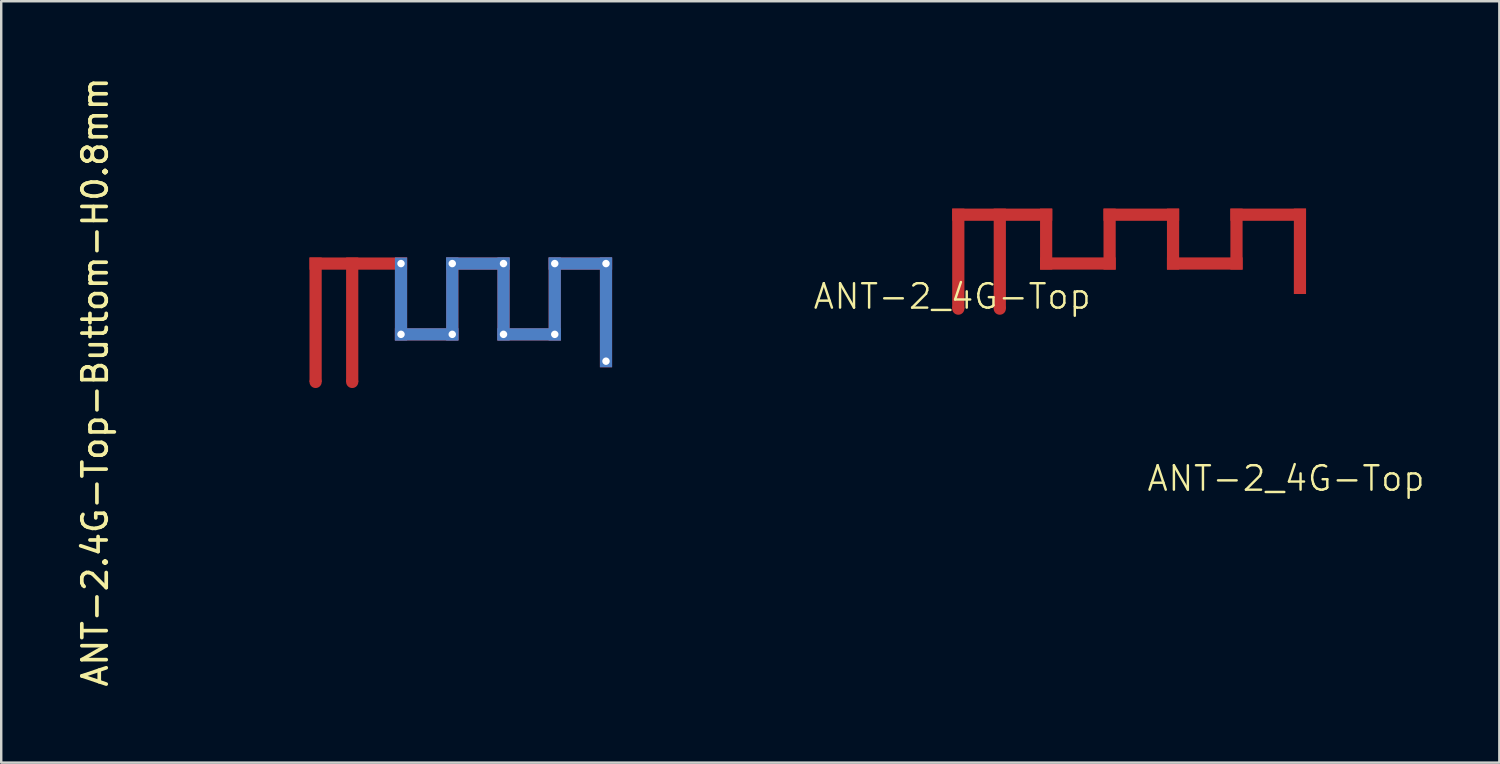
<source format=kicad_pcb>
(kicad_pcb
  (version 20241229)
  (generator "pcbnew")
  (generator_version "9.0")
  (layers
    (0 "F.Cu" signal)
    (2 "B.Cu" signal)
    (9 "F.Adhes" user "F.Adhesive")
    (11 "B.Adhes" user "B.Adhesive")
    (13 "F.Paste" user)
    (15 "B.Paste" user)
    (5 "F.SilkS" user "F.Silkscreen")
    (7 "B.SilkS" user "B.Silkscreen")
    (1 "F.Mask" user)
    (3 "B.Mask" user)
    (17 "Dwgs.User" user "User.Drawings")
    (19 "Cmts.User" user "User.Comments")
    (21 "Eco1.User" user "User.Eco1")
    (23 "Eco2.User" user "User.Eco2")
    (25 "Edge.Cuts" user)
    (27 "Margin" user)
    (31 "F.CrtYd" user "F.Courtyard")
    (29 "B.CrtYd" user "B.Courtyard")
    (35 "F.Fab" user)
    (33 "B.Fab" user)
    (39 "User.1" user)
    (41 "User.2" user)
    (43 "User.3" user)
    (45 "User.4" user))
  (footprint "ANT-2.4G-Top-Buttom-H0.8mm"
    (layer "F.Cu")
    (at 9.633 12.601)
    (property "Reference" "ANT-2.4G-Top-Buttom-H0.8mm" (at -8.785 0 90) (layer "F.SilkS") (effects (font (size 1 1) (thickness 0.15))))
    (attr smd)
    (dimension (type orthogonal) (layer "User.2") (pts (xy 19.433 7.501) (xy 19.933 10.901)) (height 4.67) (orientation 1) (format (prefix "") (suffix "") (units 3) (units_format 0) (precision 4) (suppress_zeroes yes)) (style (thickness 0.1) (arrow_length 1.27) (text_position_mode 0) (arrow_direction outward) (extension_height 0.586) (extension_offset 0.5) (keep_text_aligned yes)) (gr_text "3.4" (at 23.003 9.201 90) (layer "User.2") (effects (font (size 1 1) (thickness 0.1)))))
    (dimension (type orthogonal) (layer "User.2") (pts (xy 9.633 7.501) (xy 13.633 7.501)) (height -4.89) (orientation 0) (format (prefix "") (suffix "") (units 3) (units_format 0) (precision 4) (suppress_zeroes yes)) (style (thickness 0.1) (arrow_length 1.27) (text_position_mode 0) (arrow_direction outward) (extension_height 0.586) (extension_offset 0.5) (keep_text_aligned yes)) (gr_text "4" (at 11.633 1.511 0) (layer "User.2") (effects (font (size 1 1) (thickness 0.1)))))
    (dimension (type orthogonal) (layer "User.2") (pts (xy 10.133 8.001) (xy 11.133 8.001)) (height -1.53) (orientation 0) (format (prefix "") (suffix "") (units 3) (units_format 0) (precision 4) (suppress_zeroes yes)) (style (thickness 0.1) (arrow_length 1.27) (text_position_mode 0) (arrow_direction outward) (extension_height 0.586) (extension_offset 0.5) (keep_text_aligned yes)) (gr_text "1" (at 10.633 5.371 0) (layer "User.2") (effects (font (size 1 1) (thickness 0.1)))))
    (dimension (type orthogonal) (layer "User.2") (pts (xy 21.533 12.001) (xy 22.033 12.001)) (height 1.98) (orientation 0) (format (prefix "") (suffix "") (units 3) (units_format 0) (precision 4) (suppress_zeroes yes)) (style (thickness 0.1) (arrow_length 1.27) (text_position_mode 0) (arrow_direction inward) (extension_height 0.586) (extension_offset 0.5) (keep_text_aligned yes)) (gr_text "0.5" (at 21.783 12.881 0) (layer "User.2") (effects (font (size 1 1) (thickness 0.1)))))
    (dimension (type orthogonal) (layer "User.2") (pts (xy 19.433 7.501) (xy 22.033 12.001)) (height 7.16) (orientation 1) (format (prefix "") (suffix "") (units 3) (units_format 0) (precision 4) (suppress_zeroes yes)) (style (thickness 0.1) (arrow_length 1.27) (text_position_mode 0) (arrow_direction outward) (extension_height 0.586) (extension_offset 0.5) (keep_text_aligned yes)) (gr_text "4.5" (at 25.493 9.751 90) (layer "User.2") (effects (font (size 1 1) (thickness 0.1)))))
    (dimension (type orthogonal) (layer "User.2") (pts (xy 9.633 12.601) (xy 10.133 7.501)) (height -2.08) (orientation 1) (format (prefix "") (suffix "") (units 3) (units_format 0) (precision 4) (suppress_zeroes yes)) (style (thickness 0.1) (arrow_length 1.27) (text_position_mode 0) (arrow_direction outward) (extension_height 0.586) (extension_offset 0.5) (keep_text_aligned yes)) (gr_text "5.1" (at 6.453 10.051 90) (layer "User.2") (effects (font (size 1 1) (thickness 0.1)))))
    (dimension (type orthogonal) (layer "User.2") (pts (xy 19.433 7.501) (xy 22.033 7.501)) (height -1.54) (orientation 0) (format (prefix "") (suffix "") (units 3) (units_format 0) (precision 4) (suppress_zeroes yes)) (style (thickness 0.1) (arrow_length 1.27) (text_position_mode 0) (arrow_direction outward) (extension_height 0.586) (extension_offset 0.5) (keep_text_aligned yes)) (gr_text "2.6" (at 20.733 4.861 0) (layer "User.2") (effects (font (size 1 1) (thickness 0.1)))))
    (dimension (type orthogonal) (layer "User.2") (pts (xy 11.633 8.001) (xy 13.133 8.001)) (height -1.62) (orientation 0) (format (prefix "") (suffix "") (units 3) (units_format 0) (precision 4) (suppress_zeroes yes)) (style (thickness 0.1) (arrow_length 1.27) (text_position_mode 0) (arrow_direction outward) (extension_height 0.586) (extension_offset 0.5) (keep_text_aligned yes)) (gr_text "1.5" (at 12.383 5.281 0) (layer "User.2") (effects (font (size 1 1) (thickness 0.1)))))
    (pad "" smd rect (at 0.25 -2.55) (size 0.5 5.1) (layers "F.Cu" "F.Mask" "F.Paste"))
    (pad "" smd rect (at 1.75 -2.55) (size 0.5 5.1) (layers "F.Cu" "F.Mask" "F.Paste"))
    (pad "" smd rect (at 2 -4.85) (size 4 0.5) (layers "F.Cu" "F.Mask" "F.Paste"))
    (pad "" thru_hole circle (at 3.75 -4.85) (size 0.457 0.457) (drill 0.305) (property pad_prop_heatsink) (layers "*.Cu") (remove_unused_layers yes) (keep_end_layers yes) (zone_layer_connections))
    (pad "" smd rect (at 3.75 -3.4) (size 0.5 3.4) (layers "F.Cu" "F.Mask" "F.Paste"))
    (pad "" smd rect (at 3.75 -3.4) (size 0.5 3.4) (layers "F.Mask" "B.Cu" "F.Paste"))
    (pad "" thru_hole circle (at 3.75 -1.95) (size 0.457 0.457) (drill 0.305) (property pad_prop_heatsink) (layers "*.Cu") (remove_unused_layers yes) (keep_end_layers yes) (zone_layer_connections))
    (pad "" smd rect (at 4.8 -1.95) (size 2.6 0.5) (layers "F.Cu" "F.Mask" "F.Paste"))
    (pad "" smd rect (at 4.8 -1.95) (size 2.6 0.5) (layers "F.Mask" "B.Cu" "F.Paste"))
    (pad "" thru_hole circle (at 5.85 -4.85) (size 0.457 0.457) (drill 0.305) (property pad_prop_heatsink) (layers "*.Cu") (remove_unused_layers yes) (keep_end_layers yes) (zone_layer_connections))
    (pad "" smd rect (at 5.85 -3.4) (size 0.5 3.4) (layers "F.Cu" "F.Mask" "F.Paste"))
    (pad "" smd rect (at 5.85 -3.4) (size 0.5 3.4) (layers "F.Mask" "B.Cu" "F.Paste"))
    (pad "" thru_hole circle (at 5.85 -1.95) (size 0.457 0.457) (drill 0.305) (property pad_prop_heatsink) (layers "*.Cu") (remove_unused_layers yes) (keep_end_layers yes) (zone_layer_connections))
    (pad "" smd rect (at 6.9 -4.85) (size 2.6 0.5) (layers "F.Cu" "F.Mask" "F.Paste"))
    (pad "" smd rect (at 6.9 -4.85) (size 2.6 0.5) (layers "F.Mask" "B.Cu" "F.Paste"))
    (pad "" thru_hole circle (at 7.95 -4.85) (size 0.457 0.457) (drill 0.305) (property pad_prop_heatsink) (layers "*.Cu") (remove_unused_layers yes) (keep_end_layers yes) (zone_layer_connections))
    (pad "" smd rect (at 7.95 -3.4) (size 0.5 3.4) (layers "F.Cu" "F.Mask" "F.Paste"))
    (pad "" smd rect (at 7.95 -3.4) (size 0.5 3.4) (layers "F.Mask" "B.Cu" "F.Paste"))
    (pad "" thru_hole circle (at 7.95 -1.95) (size 0.457 0.457) (drill 0.305) (property pad_prop_heatsink) (layers "*.Cu") (remove_unused_layers yes) (keep_end_layers yes) (zone_layer_connections))
    (pad "" smd rect (at 9 -1.95) (size 2.6 0.5) (layers "F.Cu" "F.Mask" "F.Paste"))
    (pad "" smd rect (at 9 -1.95) (size 2.6 0.5) (layers "F.Mask" "B.Cu" "F.Paste"))
    (pad "" thru_hole circle (at 10.05 -4.85) (size 0.457 0.457) (drill 0.305) (property pad_prop_heatsink) (layers "*.Cu") (remove_unused_layers yes) (keep_end_layers yes) (zone_layer_connections))
    (pad "" smd rect (at 10.05 -3.4) (size 0.5 3.4) (layers "F.Cu" "F.Mask" "F.Paste"))
    (pad "" smd rect (at 10.05 -3.4) (size 0.5 3.4) (layers "F.Mask" "B.Cu" "F.Paste"))
    (pad "" thru_hole circle (at 10.05 -1.95) (size 0.457 0.457) (drill 0.305) (property pad_prop_heatsink) (layers "*.Cu") (remove_unused_layers yes) (keep_end_layers yes) (zone_layer_connections))
    (pad "" smd rect (at 11.1 -4.85) (size 2.6 0.5) (layers "F.Cu" "F.Mask" "F.Paste"))
    (pad "" smd rect (at 11.1 -4.85) (size 2.6 0.5) (layers "F.Mask" "B.Cu" "F.Paste"))
    (pad "" thru_hole circle (at 12.15 -4.85) (size 0.457 0.457) (drill 0.305) (property pad_prop_heatsink) (layers "*.Cu") (remove_unused_layers yes) (keep_end_layers yes) (zone_layer_connections))
    (pad "" smd rect (at 12.15 -2.85) (size 0.5 4.5) (layers "F.Cu" "F.Mask" "F.Paste"))
    (pad "" smd rect (at 12.15 -2.85) (size 0.5 4.5) (layers "F.Mask" "B.Cu" "F.Paste"))
    (pad "" thru_hole circle (at 12.15 -0.85) (size 0.457 0.457) (drill 0.305) (property pad_prop_heatsink) (layers "*.Cu") (remove_unused_layers yes) (keep_end_layers yes) (zone_layer_connections))
    (pad "1" smd circle (at 1.75 0) (size 0.5 0.5) (property pad_prop_heatsink) (layers "F.Cu" "F.Mask" "F.Paste"))
    (pad "2" smd circle (at 0.25 0) (size 0.5 0.5) (property pad_prop_heatsink) (layers "F.Cu" "F.Mask" "F.Paste"))
    (zone (net_name "") (layers "F.Cu" "B.Cu") (hatch edge 0.5) (connect_pads) (min_thickness 0.25) (filled_areas_thickness no) (keepout (tracks not_allowed) (vias not_allowed) (pads not_allowed) (copperpour not_allowed) (footprints not_allowed)) (placement (enabled no)) (fill) (polygon (pts (xy 9.233 7.151) (xy 9.233 12.601) (xy 22.433 12.601) (xy 22.433 7.151))))
    (zone (net_name "") (layers "F.Cu" "B.Cu") (hatch edge 0.5) (connect_pads) (min_thickness 0.25) (filled_areas_thickness no) (keepout (tracks allowed) (vias not_allowed) (pads not_allowed) (copperpour not_allowed) (footprints not_allowed)) (placement (enabled no)) (fill) (polygon (pts (xy 9.233 7.151) (xy 9.233 12.851) (xy 22.433 12.851) (xy 22.433 7.151)))))
  (footprint "ANT-2_4G-Top"
    (layer "F.Cu")
    (at 35.97 9.598)
    (property "Reference" "ANT-2_4G-Top" (at 0 -0.5 0) (unlocked yes) (layer "F.SilkS") (effects (font (size 1 1) (thickness 0.1))))
    (attr through_hole)
    (fp_text user "${REFERENCE}" (at 13.68 6.96 0) (unlocked yes) (layer "F.SilkS") (effects (font (size 1 1) (thickness 0.1))))
    (dimension (type orthogonal) (layer "User.2") (pts (xy 35.97 5.498) (xy 35.97 9.598)) (height -2.89) (orientation 1) (format (prefix "") (suffix "") (units 3) (units_format 0) (precision 4) (suppress_zeroes yes)) (style (thickness 0.1) (arrow_length 1.27) (text_position_mode 0) (arrow_direction outward) (extension_height 0.586) (extension_offset 0.5) (keep_text_aligned yes)) (gr_text "4.1" (at 31.93 7.548 90) (layer "User.2") (effects (font (size 1 1) (thickness 0.15)))))
    (dimension (type orthogonal) (layer "User.2") (pts (xy 35.97 5.498) (xy 40.07 5.498)) (height -3.5) (orientation 0) (format (prefix "") (suffix "") (units 3) (units_format 0) (precision 4) (suppress_zeroes yes)) (style (thickness 0.1) (arrow_length 1.27) (text_position_mode 0) (arrow_direction outward) (extension_height 0.586) (extension_offset 0.5) (keep_text_aligned yes)) (gr_text "4.1" (at 38.02 0.848 0) (layer "User.2") (effects (font (size 1 1) (thickness 0.15)))))
    (dimension (type orthogonal) (layer "User.2") (pts (xy 36.47 5.998) (xy 37.67 6.018)) (height -1.49) (orientation 0) (format (prefix "") (suffix "") (units 3) (units_format 0) (precision 4) (suppress_zeroes yes)) (style (thickness 0.1) (arrow_length 1.27) (text_position_mode 0) (arrow_direction inward) (extension_height 0.586) (extension_offset 0.5) (keep_text_aligned yes)) (gr_text "1.2" (at 37.07 3.358 0) (layer "User.2") (effects (font (size 1 1) (thickness 0.15)))))
    (dimension (type orthogonal) (layer "User.2") (pts (xy 45.27 5.498) (xy 45.27 7.998)) (height 1.6) (orientation 1) (format (prefix "") (suffix "") (units 3) (units_format 0) (precision 4) (suppress_zeroes yes)) (style (thickness 0.1) (arrow_length 1.27) (text_position_mode 0) (arrow_direction outward) (extension_height 0.586) (extension_offset 0.5) (keep_text_aligned yes)) (gr_text "2.5" (at 45.72 6.748 90) (layer "User.2") (effects (font (size 1 1) (thickness 0.15)))))
    (dimension (type orthogonal) (layer "User.2") (pts (xy 50.47 5.498) (xy 50.47 8.998)) (height 1.92) (orientation 1) (format (prefix "") (suffix "") (units 3) (units_format 0) (precision 4) (suppress_zeroes yes)) (style (thickness 0.1) (arrow_length 1.27) (text_position_mode 0) (arrow_direction outward) (extension_height 0.586) (extension_offset 0.5) (keep_text_aligned yes)) (gr_text "3.5" (at 51.24 7.248 90) (layer "User.2") (effects (font (size 1 1) (thickness 0.15)))))
    (dimension (type orthogonal) (layer "User.2") (pts (xy 38.17 5.998) (xy 39.57 5.998)) (height 5.93) (orientation 0) (format (prefix "") (suffix "") (units 3) (units_format 0) (precision 4) (suppress_zeroes yes)) (style (thickness 0.1) (arrow_length 1.27) (text_position_mode 0) (arrow_direction inward) (extension_height 0.586) (extension_offset 0.5) (keep_text_aligned yes)) (gr_text "1.4" (at 38.87 10.778 0) (layer "User.2") (effects (font (size 1 1) (thickness 0.15)))))
    (dimension (type orthogonal) (layer "User.2") (pts (xy 42.67 5.998) (xy 44.77 6.018)) (height 3.98) (orientation 0) (format (prefix "") (suffix "") (units 3) (units_format 0) (precision 4) (suppress_zeroes yes)) (style (thickness 0.1) (arrow_length 1.27) (text_position_mode 0) (arrow_direction inward) (extension_height 0.586) (extension_offset 0.5) (keep_text_aligned yes)) (gr_text "2.1" (at 43.72 8.828 0) (layer "User.2") (effects (font (size 1 1) (thickness 0.15)))))
    (dimension (type orthogonal) (layer "User.2") (pts (xy 47.37 5.498) (xy 50.47 5.498)) (height -0.64) (orientation 0) (format (prefix "") (suffix "") (units 3) (units_format 0) (precision 4) (suppress_zeroes yes)) (style (thickness 0.1) (arrow_length 1.27) (text_position_mode 0) (arrow_direction outward) (extension_height 0.586) (extension_offset 0.5) (keep_text_aligned yes)) (gr_text "3.1" (at 48.92 3.708 0) (layer "User.2") (effects (font (size 1 1) (thickness 0.15)))))
    (pad "" smd rect (at 0.25 -2.05) (size 0.5 4.1) (layers "F.Cu" "F.Mask" "F.Paste"))
    (pad "" smd rect (at 1.95 -2.05) (size 0.5 4.1) (layers "F.Cu" "F.Mask" "F.Paste"))
    (pad "" smd rect (at 2.05 -3.85) (size 4.1 0.5) (layers "F.Cu" "F.Mask" "F.Paste"))
    (pad "" smd rect (at 3.85 -2.85) (size 0.5 2.5) (layers "F.Cu" "F.Mask" "F.Paste"))
    (pad "" smd rect (at 5.15 -1.85) (size 3.1 0.5) (layers "F.Cu" "F.Mask" "F.Paste"))
    (pad "" smd rect (at 6.45 -2.85) (size 0.5 2.5) (layers "F.Cu" "F.Mask" "F.Paste"))
    (pad "" smd rect (at 7.75 -3.85) (size 3.1 0.5) (layers "F.Cu" "F.Mask" "F.Paste"))
    (pad "" smd rect (at 9.05 -2.85) (size 0.5 2.5) (layers "F.Cu" "F.Mask" "F.Paste"))
    (pad "" smd rect (at 10.35 -1.85) (size 3.1 0.5) (layers "F.Cu" "F.Mask" "F.Paste"))
    (pad "" smd rect (at 11.65 -2.85) (size 0.5 2.5) (layers "F.Cu" "F.Mask" "F.Paste"))
    (pad "" smd rect (at 12.95 -3.85) (size 3.1 0.5) (layers "F.Cu" "F.Mask" "F.Paste"))
    (pad "" smd rect (at 14.25 -2.35) (size 0.5 3.5) (layers "F.Cu" "F.Mask" "F.Paste"))
    (pad "1" smd circle (at 1.95 0) (size 0.5 0.5) (property pad_prop_heatsink) (layers "F.Cu" "F.Mask" "F.Paste"))
    (pad "2" smd circle (at 0.25 0) (size 0.5 0.5) (property pad_prop_heatsink) (layers "F.Cu" "F.Mask" "F.Paste"))
    (zone (net_name "") (layers "F.Cu" "B.Cu") (name "ANT") (hatch edge 0.5) (connect_pads) (min_thickness 0.25) (filled_areas_thickness no) (keepout (tracks not_allowed) (vias not_allowed) (pads not_allowed) (copperpour not_allowed) (footprints not_allowed)) (placement (enabled no)) (fill) (polygon (pts (xy 35.52 5.098) (xy 35.52 9.598) (xy 50.92 9.598) (xy 50.92 5.098)))))
  (gr_rect
    (start -3 -3)
    (end 58.391 28.202)
    (stroke (width 0.1) (type default))
    (fill no)
    (layer "Edge.Cuts")))
</source>
